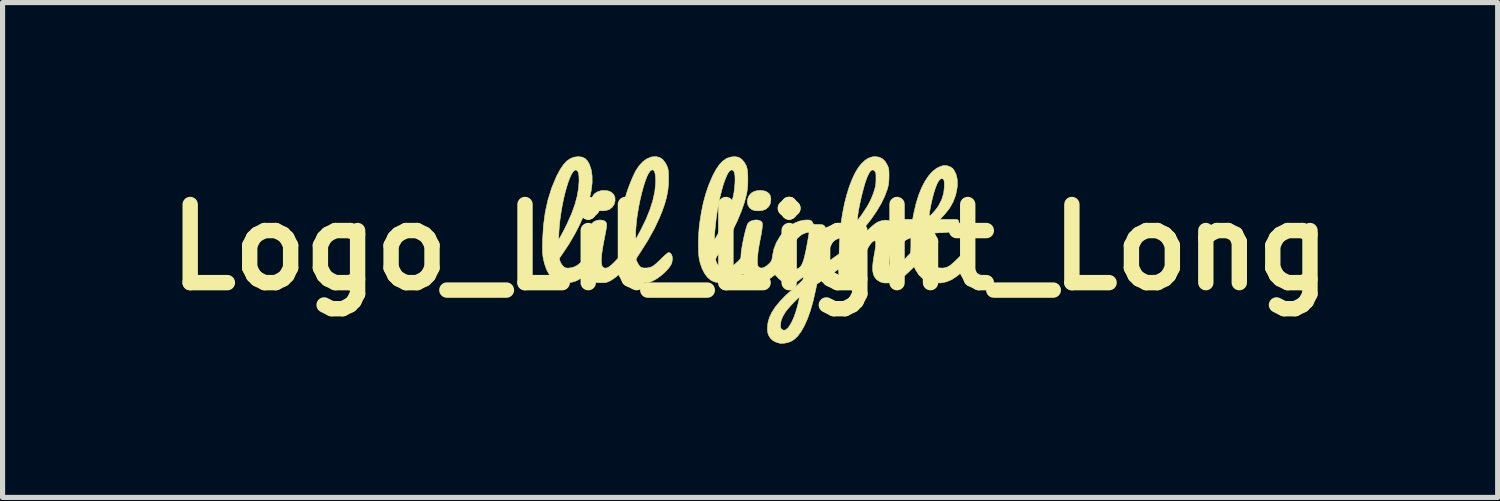
<source format=kicad_pcb>
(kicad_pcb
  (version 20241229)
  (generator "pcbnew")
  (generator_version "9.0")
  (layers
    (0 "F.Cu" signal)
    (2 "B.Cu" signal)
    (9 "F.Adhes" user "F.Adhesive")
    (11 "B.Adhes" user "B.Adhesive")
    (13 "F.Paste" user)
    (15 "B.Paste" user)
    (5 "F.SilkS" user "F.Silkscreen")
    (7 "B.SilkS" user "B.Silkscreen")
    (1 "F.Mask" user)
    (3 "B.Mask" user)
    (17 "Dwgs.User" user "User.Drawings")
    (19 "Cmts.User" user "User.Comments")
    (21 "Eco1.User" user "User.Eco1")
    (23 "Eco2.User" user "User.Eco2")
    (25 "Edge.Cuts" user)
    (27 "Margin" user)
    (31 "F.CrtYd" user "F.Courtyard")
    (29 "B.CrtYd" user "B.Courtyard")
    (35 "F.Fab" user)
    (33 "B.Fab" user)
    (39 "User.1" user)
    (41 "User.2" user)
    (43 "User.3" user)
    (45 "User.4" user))
  (footprint "Logo_Lil_Light_Long"
    (layer "F.Cu")
    (at 11.582 1.774)
    (property "Reference" "Logo_Lil_Light_Long" (at 0 0 0) (layer "F.SilkS") (effects (font (size 1.524 1.524) (thickness 0.3))))
    (attr through_hole)
    (fp_poly (pts (xy -2.771 -1.101) (xy -2.708 -1.075) (xy -2.663 -1.034) (xy -2.637 -0.979) (xy -2.633 -0.912) (xy -2.65 -0.841) (xy -2.689 -0.782) (xy -2.745 -0.739) (xy -2.75 -0.736) (xy -2.804 -0.72) (xy -2.868 -0.712) (xy -2.934 -0.714) (xy -2.99 -0.726) (xy -3.005 -0.733) (xy -3.051 -0.769) (xy -3.082 -0.821) (xy -3.096 -0.882) (xy -3.096 -0.914) (xy -3.078 -0.984) (xy -3.04 -1.04) (xy -2.983 -1.08) (xy -2.91 -1.104) (xy -2.851 -1.109) (xy -2.771 -1.101)) (stroke (width 0.01) (type solid)) (fill yes) (layer "F.SilkS"))
    (fp_poly (pts (xy 0.291 -1.096) (xy 0.32 -1.084) (xy 0.368 -1.05) (xy 0.396 -1.002) (xy 0.406 -0.938) (xy 0.406 -0.928) (xy 0.395 -0.854) (xy 0.363 -0.793) (xy 0.31 -0.746) (xy 0.292 -0.737) (xy 0.236 -0.718) (xy 0.169 -0.711) (xy 0.102 -0.715) (xy 0.045 -0.73) (xy 0.039 -0.733) (xy -0.01 -0.771) (xy -0.041 -0.821) (xy -0.054 -0.88) (xy -0.048 -0.941) (xy -0.024 -1.001) (xy 0.019 -1.053) (xy 0.025 -1.058) (xy 0.08 -1.09) (xy 0.148 -1.107) (xy 0.221 -1.109) (xy 0.291 -1.096)) (stroke (width 0.01) (type solid)) (fill yes) (layer "F.SilkS"))
    (fp_poly (pts (xy -1.763 -1.752) (xy -1.703 -1.712) (xy -1.654 -1.648) (xy -1.635 -1.614) (xy -1.618 -1.578) (xy -1.606 -1.547) (xy -1.599 -1.513) (xy -1.594 -1.472) (xy -1.591 -1.415) (xy -1.59 -1.373) (xy -1.591 -1.239) (xy -1.604 -1.109) (xy -1.629 -0.977) (xy -1.668 -0.839) (xy -1.721 -0.689) (xy -1.768 -0.575) (xy -1.87 -0.359) (xy -1.993 -0.137) (xy -2.122 0.067) (xy -2.158 0.122) (xy -2.189 0.17) (xy -2.211 0.207) (xy -2.222 0.229) (xy -2.223 0.232) (xy -2.215 0.263) (xy -2.196 0.302) (xy -2.172 0.343) (xy -2.146 0.376) (xy -2.126 0.392) (xy -2.076 0.404) (xy -2.014 0.404) (xy -1.951 0.392) (xy -1.918 0.38) (xy -1.88 0.357) (xy -1.83 0.316) (xy -1.77 0.26) (xy -1.737 0.228) (xy -1.689 0.181) (xy -1.647 0.142) (xy -1.613 0.115) (xy -1.592 0.102) (xy -1.59 0.102) (xy -1.556 0.113) (xy -1.532 0.143) (xy -1.518 0.187) (xy -1.516 0.241) (xy -1.526 0.299) (xy -1.537 0.328) (xy -1.569 0.382) (xy -1.618 0.442) (xy -1.679 0.503) (xy -1.749 0.562) (xy -1.82 0.612) (xy -1.876 0.644) (xy -1.923 0.667) (xy -1.96 0.681) (xy -1.995 0.688) (xy -2.037 0.691) (xy -2.095 0.691) (xy -2.181 0.687) (xy -2.242 0.677) (xy -2.262 0.67) (xy -2.317 0.638) (xy -2.371 0.592) (xy -2.417 0.54) (xy -2.44 0.506) (xy -2.456 0.476) (xy -2.469 0.459) (xy -2.472 0.457) (xy -2.484 0.465) (xy -2.51 0.487) (xy -2.545 0.517) (xy -2.56 0.532) (xy -2.61 0.573) (xy -2.666 0.614) (xy -2.716 0.647) (xy -2.721 0.649) (xy -2.765 0.671) (xy -2.801 0.684) (xy -2.84 0.69) (xy -2.891 0.692) (xy -2.902 0.692) (xy -2.957 0.691) (xy -2.997 0.686) (xy -3.029 0.675) (xy -3.064 0.657) (xy -3.102 0.63) (xy -3.132 0.601) (xy -3.143 0.587) (xy -3.163 0.551) (xy -3.178 0.533) (xy -3.196 0.531) (xy -3.222 0.546) (xy -3.261 0.576) (xy -3.31 0.61) (xy -3.363 0.641) (xy -3.405 0.661) (xy -3.474 0.681) (xy -3.556 0.692) (xy -3.639 0.693) (xy -3.707 0.686) (xy -3.787 0.656) (xy -3.858 0.603) (xy -3.919 0.529) (xy -3.971 0.433) (xy -4.011 0.317) (xy -4.033 0.222) (xy -4.041 0.175) (xy -4.046 0.127) (xy -4.049 0.073) (xy -4.05 0.008) (xy -4.049 -0.073) (xy -4.047 -0.146) (xy -3.736 -0.146) (xy -3.695 -0.216) (xy -3.674 -0.253) (xy -3.646 -0.306) (xy -3.613 -0.37) (xy -3.58 -0.439) (xy -3.567 -0.464) (xy -3.482 -0.654) (xy -3.417 -0.833) (xy -3.372 -1.001) (xy -3.345 -1.16) (xy -3.336 -1.295) (xy -3.338 -1.379) (xy -3.345 -1.44) (xy -3.36 -1.48) (xy -3.382 -1.503) (xy -3.4 -1.509) (xy -3.427 -1.5) (xy -3.457 -1.469) (xy -3.488 -1.417) (xy -3.519 -1.347) (xy -3.551 -1.262) (xy -3.582 -1.163) (xy -3.612 -1.053) (xy -3.64 -0.935) (xy -3.665 -0.811) (xy -3.687 -0.683) (xy -3.706 -0.553) (xy -3.72 -0.425) (xy -3.729 -0.3) (xy -3.729 -0.298) (xy -3.736 -0.146) (xy -4.047 -0.146) (xy -4.031 -0.422) (xy -3.996 -0.682) (xy -3.942 -0.927) (xy -3.87 -1.158) (xy -3.778 -1.378) (xy -3.766 -1.403) (xy -3.703 -1.52) (xy -3.64 -1.613) (xy -3.574 -1.683) (xy -3.505 -1.731) (xy -3.431 -1.759) (xy -3.351 -1.768) (xy -3.279 -1.76) (xy -3.221 -1.734) (xy -3.174 -1.687) (xy -3.136 -1.621) (xy -3.1 -1.516) (xy -3.082 -1.395) (xy -3.081 -1.26) (xy -3.098 -1.113) (xy -3.132 -0.955) (xy -3.181 -0.789) (xy -3.247 -0.615) (xy -3.328 -0.435) (xy -3.423 -0.252) (xy -3.532 -0.066) (xy -3.628 0.08) (xy -3.722 0.217) (xy -3.708 0.27) (xy -3.689 0.313) (xy -3.66 0.355) (xy -3.651 0.364) (xy -3.623 0.39) (xy -3.596 0.402) (xy -3.559 0.406) (xy -3.541 0.406) (xy -3.458 0.394) (xy -3.377 0.356) (xy -3.299 0.295) (xy -3.287 0.283) (xy -3.228 0.222) (xy -3.207 0.051) (xy -3.193 -0.041) (xy -3.177 -0.136) (xy -3.158 -0.227) (xy -3.137 -0.31) (xy -3.117 -0.382) (xy -3.097 -0.437) (xy -3.082 -0.467) (xy -3.047 -0.5) (xy -2.998 -0.522) (xy -2.943 -0.532) (xy -2.888 -0.53) (xy -2.841 -0.515) (xy -2.816 -0.494) (xy -2.807 -0.481) (xy -2.801 -0.464) (xy -2.798 -0.442) (xy -2.8 -0.41) (xy -2.805 -0.367) (xy -2.815 -0.308) (xy -2.83 -0.232) (xy -2.849 -0.134) (xy -2.853 -0.114) (xy -2.877 0.016) (xy -2.893 0.129) (xy -2.901 0.223) (xy -2.901 0.298) (xy -2.892 0.352) (xy -2.878 0.38) (xy -2.847 0.403) (xy -2.811 0.407) (xy -2.768 0.392) (xy -2.717 0.356) (xy -2.656 0.299) (xy -2.634 0.276) (xy -2.545 0.183) (xy -2.555 0.082) (xy -2.56 -0.019) (xy -2.558 -0.138) (xy -2.553 -0.213) (xy -2.233 -0.213) (xy -2.231 -0.181) (xy -2.226 -0.171) (xy -2.225 -0.171) (xy -2.214 -0.187) (xy -2.195 -0.22) (xy -2.169 -0.268) (xy -2.139 -0.324) (xy -2.129 -0.343) (xy -2.03 -0.546) (xy -1.953 -0.737) (xy -1.896 -0.916) (xy -1.859 -1.085) (xy -1.843 -1.245) (xy -1.841 -1.297) (xy -1.845 -1.384) (xy -1.855 -1.449) (xy -1.872 -1.492) (xy -1.895 -1.511) (xy -1.923 -1.507) (xy -1.953 -1.483) (xy -1.983 -1.44) (xy -2.014 -1.375) (xy -2.046 -1.29) (xy -2.079 -1.188) (xy -2.11 -1.073) (xy -2.141 -0.946) (xy -2.169 -0.81) (xy -2.193 -0.669) (xy -2.203 -0.603) (xy -2.213 -0.534) (xy -2.22 -0.461) (xy -2.226 -0.388) (xy -2.231 -0.32) (xy -2.233 -0.26) (xy -2.233 -0.213) (xy -2.553 -0.213) (xy -2.55 -0.272) (xy -2.535 -0.415) (xy -2.515 -0.563) (xy -2.491 -0.709) (xy -2.463 -0.85) (xy -2.431 -0.98) (xy -2.406 -1.066) (xy -2.382 -1.137) (xy -2.352 -1.217) (xy -2.318 -1.301) (xy -2.284 -1.38) (xy -2.252 -1.449) (xy -2.226 -1.499) (xy -2.161 -1.595) (xy -2.089 -1.672) (xy -2.011 -1.727) (xy -1.93 -1.76) (xy -1.913 -1.764) (xy -1.832 -1.769) (xy -1.763 -1.752)) (stroke (width 0.01) (type solid)) (fill yes) (layer "F.SilkS"))
    (fp_poly (pts (xy 2.514 -1.759) (xy 2.579 -1.729) (xy 2.634 -1.676) (xy 2.679 -1.6) (xy 2.682 -1.594) (xy 2.695 -1.562) (xy 2.704 -1.531) (xy 2.708 -1.495) (xy 2.71 -1.445) (xy 2.71 -1.384) (xy 2.708 -1.307) (xy 2.702 -1.245) (xy 2.692 -1.189) (xy 2.675 -1.128) (xy 2.675 -1.127) (xy 2.625 -0.993) (xy 2.555 -0.85) (xy 2.465 -0.699) (xy 2.358 -0.544) (xy 2.233 -0.387) (xy 2.142 -0.281) (xy 2.057 -0.187) (xy 2.058 -0.059) (xy 2.059 -0.008) (xy 2.061 0.03) (xy 2.064 0.05) (xy 2.066 0.051) (xy 2.082 0.013) (xy 2.108 -0.039) (xy 2.139 -0.098) (xy 2.172 -0.157) (xy 2.202 -0.209) (xy 2.222 -0.24) (xy 2.266 -0.298) (xy 2.321 -0.358) (xy 2.381 -0.413) (xy 2.439 -0.46) (xy 2.489 -0.491) (xy 2.492 -0.492) (xy 2.569 -0.52) (xy 2.642 -0.529) (xy 2.706 -0.521) (xy 2.758 -0.496) (xy 2.789 -0.463) (xy 2.802 -0.431) (xy 2.808 -0.383) (xy 2.807 -0.318) (xy 2.799 -0.235) (xy 2.783 -0.132) (xy 2.759 -0.008) (xy 2.745 0.06) (xy 2.724 0.165) (xy 2.712 0.248) (xy 2.709 0.311) (xy 2.715 0.356) (xy 2.73 0.386) (xy 2.755 0.402) (xy 2.786 0.406) (xy 2.828 0.397) (xy 2.877 0.368) (xy 2.935 0.319) (xy 3.003 0.248) (xy 3.022 0.227) (xy 3.059 0.186) (xy 3.091 0.152) (xy 3.114 0.129) (xy 3.121 0.123) (xy 3.127 0.111) (xy 3.132 0.084) (xy 3.135 0.038) (xy 3.137 -0.029) (xy 3.137 -0.082) (xy 3.137 -0.276) (xy 3.051 -0.285) (xy 2.998 -0.291) (xy 2.965 -0.298) (xy 2.944 -0.31) (xy 2.929 -0.328) (xy 2.923 -0.339) (xy 2.91 -0.382) (xy 2.91 -0.431) (xy 2.921 -0.479) (xy 2.941 -0.517) (xy 2.966 -0.538) (xy 2.988 -0.542) (xy 3.028 -0.545) (xy 3.076 -0.546) (xy 3.079 -0.546) (xy 3.171 -0.546) (xy 3.19 -0.643) (xy 3.495 -0.643) (xy 3.495 -0.618) (xy 3.503 -0.611) (xy 3.517 -0.62) (xy 3.54 -0.641) (xy 3.567 -0.67) (xy 3.608 -0.717) (xy 3.648 -0.769) (xy 3.679 -0.814) (xy 3.681 -0.818) (xy 3.741 -0.937) (xy 3.777 -1.058) (xy 3.79 -1.184) (xy 3.79 -1.19) (xy 3.79 -1.25) (xy 3.786 -1.29) (xy 3.779 -1.315) (xy 3.77 -1.328) (xy 3.742 -1.342) (xy 3.713 -1.332) (xy 3.682 -1.299) (xy 3.65 -1.244) (xy 3.619 -1.167) (xy 3.587 -1.069) (xy 3.556 -0.953) (xy 3.53 -0.837) (xy 3.513 -0.75) (xy 3.501 -0.686) (xy 3.495 -0.643) (xy 3.19 -0.643) (xy 3.199 -0.689) (xy 3.24 -0.862) (xy 3.29 -1.021) (xy 3.347 -1.163) (xy 3.411 -1.287) (xy 3.482 -1.393) (xy 3.558 -1.478) (xy 3.638 -1.541) (xy 3.722 -1.581) (xy 3.774 -1.594) (xy 3.838 -1.593) (xy 3.899 -1.573) (xy 3.951 -1.539) (xy 3.971 -1.516) (xy 4.016 -1.431) (xy 4.04 -1.333) (xy 4.044 -1.22) (xy 4.039 -1.162) (xy 4.01 -1.017) (xy 3.96 -0.884) (xy 3.889 -0.759) (xy 3.793 -0.64) (xy 3.785 -0.631) (xy 3.705 -0.546) (xy 3.878 -0.546) (xy 3.947 -0.546) (xy 3.996 -0.545) (xy 4.027 -0.542) (xy 4.046 -0.537) (xy 4.058 -0.53) (xy 4.065 -0.519) (xy 4.065 -0.519) (xy 4.074 -0.481) (xy 4.071 -0.434) (xy 4.057 -0.389) (xy 4.043 -0.365) (xy 4.016 -0.34) (xy 3.983 -0.321) (xy 3.94 -0.306) (xy 3.884 -0.296) (xy 3.811 -0.289) (xy 3.718 -0.284) (xy 3.692 -0.283) (xy 3.605 -0.279) (xy 3.537 -0.275) (xy 3.49 -0.269) (xy 3.467 -0.264) (xy 3.464 -0.262) (xy 3.459 -0.241) (xy 3.456 -0.201) (xy 3.455 -0.146) (xy 3.455 -0.083) (xy 3.458 -0.017) (xy 3.461 0.047) (xy 3.467 0.102) (xy 3.468 0.11) (xy 3.487 0.21) (xy 3.516 0.287) (xy 3.555 0.343) (xy 3.606 0.38) (xy 3.671 0.4) (xy 3.705 0.404) (xy 3.764 0.405) (xy 3.814 0.397) (xy 3.862 0.379) (xy 3.912 0.347) (xy 3.968 0.299) (xy 4.026 0.244) (xy 4.085 0.186) (xy 4.129 0.145) (xy 4.163 0.118) (xy 4.187 0.105) (xy 4.207 0.103) (xy 4.224 0.111) (xy 4.242 0.127) (xy 4.258 0.151) (xy 4.266 0.187) (xy 4.267 0.223) (xy 4.259 0.292) (xy 4.233 0.358) (xy 4.187 0.424) (xy 4.12 0.493) (xy 4.036 0.563) (xy 3.932 0.631) (xy 3.829 0.674) (xy 3.723 0.695) (xy 3.61 0.693) (xy 3.561 0.687) (xy 3.456 0.657) (xy 3.368 0.609) (xy 3.295 0.541) (xy 3.236 0.451) (xy 3.232 0.444) (xy 3.199 0.379) (xy 3.114 0.463) (xy 3.031 0.54) (xy 2.957 0.598) (xy 2.89 0.64) (xy 2.824 0.669) (xy 2.811 0.673) (xy 2.71 0.695) (xy 2.619 0.696) (xy 2.541 0.676) (xy 2.477 0.636) (xy 2.462 0.622) (xy 2.428 0.578) (xy 2.405 0.526) (xy 2.393 0.463) (xy 2.39 0.386) (xy 2.398 0.293) (xy 2.416 0.18) (xy 2.425 0.129) (xy 2.436 0.067) (xy 2.445 0.006) (xy 2.45 -0.044) (xy 2.451 -0.064) (xy 2.45 -0.102) (xy 2.444 -0.121) (xy 2.431 -0.127) (xy 2.427 -0.127) (xy 2.397 -0.115) (xy 2.362 -0.082) (xy 2.324 -0.029) (xy 2.283 0.04) (xy 2.241 0.122) (xy 2.2 0.215) (xy 2.16 0.315) (xy 2.124 0.421) (xy 2.097 0.516) (xy 2.08 0.556) (xy 2.052 0.601) (xy 2.035 0.621) (xy 1.999 0.656) (xy 1.963 0.676) (xy 1.916 0.688) (xy 1.856 0.696) (xy 1.81 0.691) (xy 1.777 0.668) (xy 1.754 0.628) (xy 1.738 0.566) (xy 1.73 0.508) (xy 1.721 0.43) (xy 1.512 0.574) (xy 1.303 0.718) (xy 1.275 0.851) (xy 1.229 1.051) (xy 1.178 1.23) (xy 1.122 1.389) (xy 1.061 1.526) (xy 0.997 1.64) (xy 0.929 1.732) (xy 0.858 1.799) (xy 0.79 1.839) (xy 0.736 1.857) (xy 0.676 1.87) (xy 0.62 1.875) (xy 0.578 1.872) (xy 0.499 1.847) (xy 0.44 1.814) (xy 0.395 1.77) (xy 0.365 1.722) (xy 0.349 1.683) (xy 0.341 1.639) (xy 0.338 1.58) (xy 0.338 1.575) (xy 0.344 1.516) (xy 0.593 1.516) (xy 0.594 1.557) (xy 0.602 1.582) (xy 0.621 1.602) (xy 0.655 1.619) (xy 0.69 1.613) (xy 0.728 1.584) (xy 0.741 1.571) (xy 0.778 1.519) (xy 0.817 1.45) (xy 0.853 1.37) (xy 0.873 1.314) (xy 0.893 1.255) (xy 0.912 1.192) (xy 0.929 1.129) (xy 0.944 1.071) (xy 0.954 1.024) (xy 0.96 0.992) (xy 0.959 0.98) (xy 0.947 0.985) (xy 0.923 1.006) (xy 0.888 1.039) (xy 0.848 1.08) (xy 0.804 1.126) (xy 0.762 1.173) (xy 0.724 1.218) (xy 0.694 1.256) (xy 0.682 1.273) (xy 0.633 1.359) (xy 0.603 1.439) (xy 0.593 1.516) (xy 0.344 1.516) (xy 0.348 1.474) (xy 0.376 1.373) (xy 0.424 1.271) (xy 0.493 1.165) (xy 0.583 1.055) (xy 0.695 0.939) (xy 0.83 0.817) (xy 0.869 0.784) (xy 0.923 0.738) (xy 0.969 0.696) (xy 1.005 0.661) (xy 1.026 0.637) (xy 1.031 0.63) (xy 1.039 0.596) (xy 1.035 0.583) (xy 1.016 0.592) (xy 0.997 0.608) (xy 0.943 0.651) (xy 0.894 0.676) (xy 0.839 0.689) (xy 0.775 0.692) (xy 0.702 0.687) (xy 0.645 0.672) (xy 0.594 0.641) (xy 0.541 0.592) (xy 0.539 0.589) (xy 0.487 0.534) (xy 0.418 0.587) (xy 0.373 0.618) (xy 0.326 0.647) (xy 0.295 0.663) (xy 0.215 0.688) (xy 0.133 0.696) (xy 0.055 0.686) (xy -0.015 0.659) (xy -0.072 0.618) (xy -0.11 0.568) (xy -0.124 0.539) (xy -0.134 0.523) (xy -0.135 0.522) (xy -0.146 0.527) (xy -0.172 0.543) (xy -0.208 0.569) (xy -0.212 0.572) (xy -0.3 0.631) (xy -0.384 0.668) (xy -0.472 0.688) (xy -0.546 0.692) (xy -0.633 0.688) (xy -0.702 0.673) (xy -0.76 0.645) (xy -0.815 0.6) (xy -0.835 0.58) (xy -0.888 0.509) (xy -0.934 0.419) (xy -0.972 0.312) (xy -0.992 0.229) (xy -1 0.171) (xy -1.005 0.094) (xy -1.008 0.003) (xy -1.008 -0.097) (xy -1.006 -0.18) (xy -0.696 -0.18) (xy -0.695 -0.156) (xy -0.693 -0.152) (xy -0.685 -0.163) (xy -0.667 -0.191) (xy -0.643 -0.232) (xy -0.618 -0.276) (xy -0.546 -0.414) (xy -0.478 -0.559) (xy -0.419 -0.705) (xy -0.37 -0.846) (xy -0.333 -0.975) (xy -0.324 -1.016) (xy -0.311 -1.087) (xy -0.302 -1.168) (xy -0.295 -1.251) (xy -0.293 -1.327) (xy -0.295 -1.39) (xy -0.297 -1.412) (xy -0.309 -1.466) (xy -0.328 -1.498) (xy -0.354 -1.509) (xy -0.374 -1.506) (xy -0.401 -1.488) (xy -0.431 -1.446) (xy -0.462 -1.384) (xy -0.494 -1.305) (xy -0.526 -1.21) (xy -0.556 -1.102) (xy -0.586 -0.984) (xy -0.613 -0.858) (xy -0.637 -0.726) (xy -0.657 -0.592) (xy -0.665 -0.527) (xy -0.675 -0.439) (xy -0.683 -0.357) (xy -0.69 -0.284) (xy -0.694 -0.224) (xy -0.696 -0.18) (xy -1.006 -0.18) (xy -1.005 -0.201) (xy -1 -0.303) (xy -0.992 -0.397) (xy -0.985 -0.461) (xy -0.952 -0.673) (xy -0.913 -0.864) (xy -0.866 -1.039) (xy -0.81 -1.204) (xy -0.744 -1.361) (xy -0.724 -1.405) (xy -0.662 -1.52) (xy -0.599 -1.612) (xy -0.534 -1.681) (xy -0.465 -1.729) (xy -0.441 -1.74) (xy -0.371 -1.762) (xy -0.299 -1.768) (xy -0.235 -1.759) (xy -0.207 -1.748) (xy -0.157 -1.711) (xy -0.111 -1.656) (xy -0.075 -1.591) (xy -0.067 -1.569) (xy -0.055 -1.518) (xy -0.047 -1.449) (xy -0.044 -1.367) (xy -0.044 -1.278) (xy -0.048 -1.189) (xy -0.057 -1.106) (xy -0.068 -1.041) (xy -0.11 -0.878) (xy -0.171 -0.703) (xy -0.247 -0.52) (xy -0.337 -0.334) (xy -0.439 -0.149) (xy -0.551 0.031) (xy -0.603 0.108) (xy -0.638 0.16) (xy -0.66 0.199) (xy -0.67 0.229) (xy -0.669 0.257) (xy -0.659 0.288) (xy -0.655 0.299) (xy -0.622 0.355) (xy -0.58 0.39) (xy -0.524 0.405) (xy -0.497 0.406) (xy -0.431 0.4) (xy -0.372 0.379) (xy -0.312 0.342) (xy -0.251 0.289) (xy -0.213 0.253) (xy -0.191 0.226) (xy -0.181 0.203) (xy -0.178 0.177) (xy -0.178 0.171) (xy -0.175 0.118) (xy -0.167 0.05) (xy -0.154 -0.028) (xy -0.138 -0.113) (xy -0.12 -0.199) (xy -0.101 -0.281) (xy -0.082 -0.354) (xy -0.064 -0.414) (xy -0.048 -0.455) (xy -0.042 -0.466) (xy -0.008 -0.499) (xy 0.04 -0.521) (xy 0.095 -0.532) (xy 0.149 -0.532) (xy 0.196 -0.519) (xy 0.23 -0.493) (xy 0.232 -0.49) (xy 0.239 -0.464) (xy 0.24 -0.419) (xy 0.233 -0.354) (xy 0.22 -0.267) (xy 0.198 -0.157) (xy 0.196 -0.146) (xy 0.175 -0.033) (xy 0.158 0.073) (xy 0.148 0.168) (xy 0.143 0.25) (xy 0.144 0.314) (xy 0.151 0.358) (xy 0.155 0.368) (xy 0.183 0.397) (xy 0.221 0.406) (xy 0.268 0.395) (xy 0.32 0.365) (xy 0.373 0.318) (xy 0.384 0.307) (xy 0.41 0.275) (xy 0.422 0.249) (xy 0.762 0.249) (xy 0.765 0.317) (xy 0.775 0.365) (xy 0.795 0.399) (xy 0.812 0.416) (xy 0.849 0.43) (xy 0.896 0.428) (xy 0.943 0.41) (xy 0.948 0.407) (xy 0.975 0.386) (xy 1 0.355) (xy 1.022 0.312) (xy 1.043 0.254) (xy 1.063 0.179) (xy 1.085 0.084) (xy 1.105 -0.019) (xy 1.12 -0.098) (xy 1.132 -0.168) (xy 1.142 -0.225) (xy 1.148 -0.266) (xy 1.15 -0.288) (xy 1.15 -0.29) (xy 1.131 -0.293) (xy 1.097 -0.286) (xy 1.055 -0.27) (xy 1.013 -0.25) (xy 1 -0.242) (xy 0.93 -0.184) (xy 0.87 -0.107) (xy 0.82 -0.015) (xy 0.785 0.085) (xy 0.765 0.19) (xy 0.762 0.249) (xy 0.422 0.249) (xy 0.425 0.243) (xy 0.433 0.201) (xy 0.436 0.175) (xy 0.463 0.038) (xy 0.514 -0.094) (xy 0.589 -0.219) (xy 0.677 -0.327) (xy 0.768 -0.408) (xy 0.865 -0.471) (xy 0.966 -0.512) (xy 1.058 -0.53) (xy 1.122 -0.533) (xy 1.166 -0.529) (xy 1.196 -0.516) (xy 1.214 -0.493) (xy 1.219 -0.483) (xy 1.228 -0.463) (xy 1.24 -0.452) (xy 1.26 -0.446) (xy 1.296 -0.445) (xy 1.329 -0.445) (xy 1.38 -0.443) (xy 1.414 -0.439) (xy 1.436 -0.429) (xy 1.449 -0.417) (xy 1.458 -0.408) (xy 1.465 -0.397) (xy 1.469 -0.381) (xy 1.471 -0.36) (xy 1.469 -0.329) (xy 1.465 -0.286) (xy 1.457 -0.228) (xy 1.446 -0.154) (xy 1.431 -0.06) (xy 1.412 0.056) (xy 1.41 0.069) (xy 1.396 0.155) (xy 1.384 0.233) (xy 1.374 0.299) (xy 1.367 0.349) (xy 1.364 0.381) (xy 1.364 0.39) (xy 1.375 0.385) (xy 1.403 0.367) (xy 1.443 0.34) (xy 1.491 0.305) (xy 1.495 0.302) (xy 1.55 0.262) (xy 1.604 0.223) (xy 1.65 0.19) (xy 1.679 0.17) (xy 1.736 0.13) (xy 1.744 -0.09) (xy 1.756 -0.288) (xy 1.777 -0.483) (xy 1.788 -0.559) (xy 2.096 -0.559) (xy 2.096 -0.527) (xy 2.122 -0.559) (xy 2.14 -0.583) (xy 2.168 -0.621) (xy 2.201 -0.669) (xy 2.225 -0.705) (xy 2.284 -0.797) (xy 2.331 -0.88) (xy 2.369 -0.961) (xy 2.404 -1.049) (xy 2.415 -1.083) (xy 2.435 -1.147) (xy 2.448 -1.2) (xy 2.454 -1.255) (xy 2.456 -1.323) (xy 2.456 -1.329) (xy 2.456 -1.39) (xy 2.454 -1.431) (xy 2.449 -1.458) (xy 2.44 -1.476) (xy 2.433 -1.485) (xy 2.405 -1.507) (xy 2.377 -1.508) (xy 2.349 -1.487) (xy 2.319 -1.443) (xy 2.287 -1.376) (xy 2.271 -1.336) (xy 2.249 -1.273) (xy 2.225 -1.193) (xy 2.201 -1.103) (xy 2.176 -1.005) (xy 2.153 -0.906) (xy 2.133 -0.81) (xy 2.116 -0.721) (xy 2.104 -0.644) (xy 2.097 -0.584) (xy 2.096 -0.559) (xy 1.788 -0.559) (xy 1.806 -0.673) (xy 1.842 -0.854) (xy 1.886 -1.026) (xy 1.936 -1.185) (xy 1.991 -1.328) (xy 2.05 -1.453) (xy 2.114 -1.558) (xy 2.172 -1.63) (xy 2.242 -1.696) (xy 2.309 -1.739) (xy 2.379 -1.763) (xy 2.438 -1.769) (xy 2.514 -1.759)) (stroke (width 0.01) (type solid)) (fill yes) (layer "F.SilkS")))
  (gr_rect
    (start -3 -3)
    (end 26.165 6.654)
    (stroke (width 0.1) (type default))
    (fill no)
    (layer "Edge.Cuts")))
</source>
